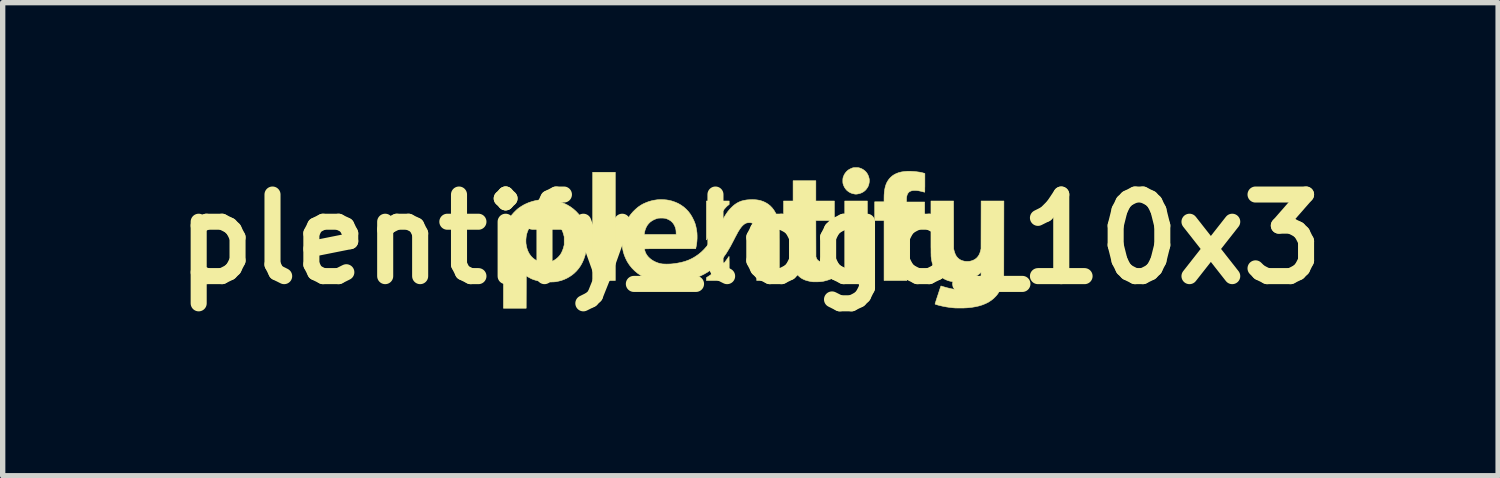
<source format=kicad_pcb>
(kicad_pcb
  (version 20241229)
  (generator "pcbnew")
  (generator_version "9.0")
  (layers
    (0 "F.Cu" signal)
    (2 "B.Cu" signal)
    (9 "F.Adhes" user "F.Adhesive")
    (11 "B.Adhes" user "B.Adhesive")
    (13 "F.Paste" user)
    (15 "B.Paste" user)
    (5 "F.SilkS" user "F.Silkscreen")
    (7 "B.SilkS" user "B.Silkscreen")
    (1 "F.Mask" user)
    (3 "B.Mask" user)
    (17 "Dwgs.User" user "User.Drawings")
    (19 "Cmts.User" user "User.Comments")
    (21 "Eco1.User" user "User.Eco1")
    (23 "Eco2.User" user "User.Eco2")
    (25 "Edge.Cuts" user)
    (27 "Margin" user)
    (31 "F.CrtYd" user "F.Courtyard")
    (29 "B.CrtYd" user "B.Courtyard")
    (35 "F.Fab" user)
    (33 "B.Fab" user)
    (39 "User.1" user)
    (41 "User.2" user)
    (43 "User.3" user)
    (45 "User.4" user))
  (footprint "plentify_logo_10x3"
    (layer "F.Cu")
    (at 10.966 1.418)
    (property "Reference" "plentify_logo_10x3" (at 0 0 0) (layer "F.SilkS") (effects (font (size 1.524 1.524) (thickness 0.3))))
    (attr through_hole)
    (fp_poly (pts (xy -2.524 0.772) (xy -2.946 0.772) (xy -2.946 -1.251) (xy -2.524 -1.251) (xy -2.524 0.772)) (stroke (width 0.01) (type solid)) (fill yes) (layer "F.SilkS"))
    (fp_poly (pts (xy 2.184 0.772) (xy 1.762 0.772) (xy 1.762 -0.714) (xy 2.184 -0.714) (xy 2.184 0.772)) (stroke (width 0.01) (type solid)) (fill yes) (layer "F.SilkS"))
    (fp_poly (pts (xy -0.399 0.324) (xy -0.398 0.333) (xy -0.398 0.347) (xy -0.398 0.366) (xy -0.398 0.39) (xy -0.397 0.417) (xy -0.397 0.447) (xy -0.397 0.481) (xy -0.397 0.517) (xy -0.397 0.546) (xy -0.397 0.772) (xy -0.822 0.772) (xy -0.822 0.718) (xy -0.781 0.691) (xy -0.733 0.659) (xy -0.69 0.628) (xy -0.651 0.597) (xy -0.614 0.567) (xy -0.58 0.536) (xy -0.568 0.525) (xy -0.527 0.483) (xy -0.49 0.443) (xy -0.457 0.401) (xy -0.426 0.358) (xy -0.418 0.345) (xy -0.41 0.335) (xy -0.404 0.326) (xy -0.4 0.321) (xy -0.399 0.321) (xy -0.399 0.324)) (stroke (width 0.01) (type solid)) (fill yes) (layer "F.SilkS"))
    (fp_poly (pts (xy -0.397 -0.649) (xy -0.412 -0.638) (xy -0.439 -0.616) (xy -0.466 -0.588) (xy -0.495 -0.554) (xy -0.524 -0.515) (xy -0.554 -0.47) (xy -0.566 -0.451) (xy -0.577 -0.433) (xy -0.588 -0.413) (xy -0.601 -0.39) (xy -0.614 -0.365) (xy -0.63 -0.336) (xy -0.648 -0.303) (xy -0.667 -0.266) (xy -0.685 -0.231) (xy -0.707 -0.189) (xy -0.728 -0.15) (xy -0.747 -0.115) (xy -0.764 -0.083) (xy -0.779 -0.056) (xy -0.792 -0.032) (xy -0.803 -0.014) (xy -0.811 0.000311) (xy -0.817 0.009) (xy -0.821 0.013) (xy -0.821 0.013) (xy -0.821 0.01) (xy -0.821 0.001) (xy -0.822 -0.014) (xy -0.822 -0.034) (xy -0.822 -0.058) (xy -0.822 -0.087) (xy -0.822 -0.12) (xy -0.822 -0.157) (xy -0.822 -0.196) (xy -0.822 -0.239) (xy -0.822 -0.283) (xy -0.822 -0.33) (xy -0.822 -0.351) (xy -0.822 -0.714) (xy -0.397 -0.714) (xy -0.397 -0.649)) (stroke (width 0.01) (type solid)) (fill yes) (layer "F.SilkS"))
    (fp_poly (pts (xy 1.973 -1.338) (xy 1.992 -1.338) (xy 2.006 -1.337) (xy 2.017 -1.336) (xy 2.027 -1.334) (xy 2.038 -1.331) (xy 2.045 -1.329) (xy 2.083 -1.314) (xy 2.117 -1.293) (xy 2.147 -1.269) (xy 2.172 -1.24) (xy 2.192 -1.207) (xy 2.208 -1.17) (xy 2.218 -1.13) (xy 2.22 -1.118) (xy 2.221 -1.088) (xy 2.218 -1.056) (xy 2.211 -1.023) (xy 2.2 -0.992) (xy 2.192 -0.975) (xy 2.169 -0.941) (xy 2.143 -0.911) (xy 2.113 -0.887) (xy 2.079 -0.868) (xy 2.042 -0.854) (xy 2.001 -0.845) (xy 1.986 -0.843) (xy 1.974 -0.842) (xy 1.962 -0.842) (xy 1.948 -0.844) (xy 1.942 -0.845) (xy 1.902 -0.854) (xy 1.866 -0.868) (xy 1.832 -0.888) (xy 1.802 -0.912) (xy 1.776 -0.941) (xy 1.755 -0.974) (xy 1.738 -1.011) (xy 1.735 -1.022) (xy 1.731 -1.034) (xy 1.728 -1.045) (xy 1.727 -1.056) (xy 1.726 -1.069) (xy 1.726 -1.086) (xy 1.726 -1.092) (xy 1.726 -1.111) (xy 1.727 -1.125) (xy 1.728 -1.136) (xy 1.73 -1.146) (xy 1.733 -1.158) (xy 1.735 -1.162) (xy 1.75 -1.201) (xy 1.771 -1.235) (xy 1.796 -1.265) (xy 1.825 -1.291) (xy 1.859 -1.311) (xy 1.897 -1.328) (xy 1.905 -1.331) (xy 1.916 -1.334) (xy 1.926 -1.336) (xy 1.938 -1.337) (xy 1.952 -1.338) (xy 1.97 -1.338) (xy 1.973 -1.338)) (stroke (width 0.01) (type solid)) (fill yes) (layer "F.SilkS"))
    (fp_poly (pts (xy 3.058 -1.265) (xy 3.089 -1.262) (xy 3.125 -1.257) (xy 3.162 -1.252) (xy 3.196 -1.245) (xy 3.228 -1.237) (xy 3.247 -1.231) (xy 3.258 -1.228) (xy 3.258 -1.052) (xy 3.258 -1.014) (xy 3.258 -0.982) (xy 3.257 -0.955) (xy 3.257 -0.933) (xy 3.257 -0.916) (xy 3.257 -0.903) (xy 3.256 -0.893) (xy 3.256 -0.886) (xy 3.255 -0.881) (xy 3.254 -0.879) (xy 3.253 -0.878) (xy 3.252 -0.878) (xy 3.252 -0.878) (xy 3.242 -0.881) (xy 3.227 -0.885) (xy 3.209 -0.89) (xy 3.189 -0.895) (xy 3.17 -0.899) (xy 3.151 -0.903) (xy 3.135 -0.906) (xy 3.129 -0.907) (xy 3.088 -0.911) (xy 3.051 -0.911) (xy 3.019 -0.907) (xy 2.991 -0.898) (xy 2.968 -0.886) (xy 2.95 -0.869) (xy 2.935 -0.847) (xy 2.925 -0.821) (xy 2.918 -0.79) (xy 2.915 -0.754) (xy 2.915 -0.739) (xy 2.915 -0.695) (xy 3.254 -0.695) (xy 3.254 -0.349) (xy 2.921 -0.349) (xy 2.921 0.772) (xy 2.496 0.772) (xy 2.496 -0.349) (xy 2.321 -0.349) (xy 2.321 -0.699) (xy 2.496 -0.699) (xy 2.496 -0.761) (xy 2.497 -0.823) (xy 2.501 -0.878) (xy 2.508 -0.929) (xy 2.518 -0.976) (xy 2.531 -1.018) (xy 2.547 -1.056) (xy 2.567 -1.091) (xy 2.59 -1.124) (xy 2.616 -1.153) (xy 2.649 -1.182) (xy 2.686 -1.207) (xy 2.726 -1.227) (xy 2.771 -1.244) (xy 2.819 -1.256) (xy 2.872 -1.264) (xy 2.929 -1.269) (xy 2.991 -1.269) (xy 3.058 -1.265)) (stroke (width 0.01) (type solid)) (fill yes) (layer "F.SilkS"))
    (fp_poly (pts (xy 1.222 -0.714) (xy 1.568 -0.714) (xy 1.568 -0.349) (xy 1.222 -0.349) (xy 1.224 0.329) (xy 1.232 0.35) (xy 1.243 0.374) (xy 1.259 0.393) (xy 1.279 0.407) (xy 1.303 0.417) (xy 1.306 0.418) (xy 1.317 0.42) (xy 1.333 0.421) (xy 1.352 0.422) (xy 1.361 0.422) (xy 1.411 0.419) (xy 1.461 0.41) (xy 1.511 0.394) (xy 1.541 0.381) (xy 1.552 0.377) (xy 1.56 0.373) (xy 1.564 0.372) (xy 1.564 0.371) (xy 1.564 0.375) (xy 1.565 0.383) (xy 1.565 0.397) (xy 1.565 0.416) (xy 1.565 0.439) (xy 1.565 0.465) (xy 1.565 0.494) (xy 1.565 0.525) (xy 1.565 0.542) (xy 1.564 0.713) (xy 1.53 0.729) (xy 1.502 0.742) (xy 1.47 0.755) (xy 1.435 0.766) (xy 1.4 0.776) (xy 1.366 0.784) (xy 1.357 0.786) (xy 1.339 0.789) (xy 1.322 0.791) (xy 1.305 0.793) (xy 1.286 0.794) (xy 1.263 0.795) (xy 1.248 0.795) (xy 1.226 0.796) (xy 1.205 0.795) (xy 1.185 0.795) (xy 1.169 0.795) (xy 1.157 0.794) (xy 1.157 0.794) (xy 1.128 0.79) (xy 1.096 0.783) (xy 1.065 0.776) (xy 1.035 0.767) (xy 1.01 0.758) (xy 1.008 0.757) (xy 0.968 0.738) (xy 0.934 0.716) (xy 0.904 0.69) (xy 0.878 0.662) (xy 0.856 0.629) (xy 0.837 0.592) (xy 0.822 0.551) (xy 0.81 0.504) (xy 0.804 0.473) (xy 0.804 0.468) (xy 0.803 0.462) (xy 0.802 0.455) (xy 0.801 0.447) (xy 0.801 0.437) (xy 0.8 0.426) (xy 0.8 0.412) (xy 0.8 0.395) (xy 0.799 0.376) (xy 0.799 0.353) (xy 0.799 0.326) (xy 0.799 0.295) (xy 0.798 0.26) (xy 0.798 0.22) (xy 0.798 0.175) (xy 0.798 0.124) (xy 0.798 0.068) (xy 0.798 0.045) (xy 0.797 -0.349) (xy 0.708 -0.349) (xy 0.619 -0.349) (xy 0.619 -0.714) (xy 0.797 -0.714) (xy 0.797 -1.092) (xy 1.222 -1.092) (xy 1.222 -0.714)) (stroke (width 0.01) (type solid)) (fill yes) (layer "F.SilkS"))
    (fp_poly (pts (xy -3.739 -0.736) (xy -3.672 -0.726) (xy -3.606 -0.712) (xy -3.541 -0.693) (xy -3.479 -0.669) (xy -3.42 -0.64) (xy -3.363 -0.606) (xy -3.31 -0.567) (xy -3.261 -0.524) (xy -3.253 -0.516) (xy -3.211 -0.471) (xy -3.175 -0.424) (xy -3.144 -0.375) (xy -3.118 -0.322) (xy -3.096 -0.267) (xy -3.079 -0.207) (xy -3.065 -0.143) (xy -3.059 -0.097) (xy -3.056 -0.067) (xy -3.054 -0.033) (xy -3.053 0.004) (xy -3.053 0.042) (xy -3.054 0.08) (xy -3.056 0.116) (xy -3.058 0.148) (xy -3.06 0.164) (xy -3.073 0.238) (xy -3.09 0.307) (xy -3.112 0.373) (xy -3.139 0.434) (xy -3.17 0.491) (xy -3.206 0.543) (xy -3.246 0.591) (xy -3.291 0.635) (xy -3.329 0.666) (xy -3.379 0.7) (xy -3.43 0.729) (xy -3.484 0.753) (xy -3.54 0.773) (xy -3.601 0.787) (xy -3.629 0.793) (xy -3.647 0.795) (xy -3.67 0.797) (xy -3.696 0.798) (xy -3.726 0.799) (xy -3.757 0.799) (xy -3.788 0.798) (xy -3.819 0.797) (xy -3.847 0.796) (xy -3.872 0.793) (xy -3.88 0.793) (xy -3.94 0.784) (xy -3.995 0.771) (xy -4.046 0.756) (xy -4.092 0.738) (xy -4.135 0.715) (xy -4.159 0.701) (xy -4.186 0.683) (xy -4.187 0.986) (xy -4.188 1.289) (xy -4.613 1.289) (xy -4.612 0.622) (xy -4.612 0.545) (xy -4.612 0.474) (xy -4.612 0.41) (xy -4.612 0.35) (xy -4.612 0.296) (xy -4.612 0.247) (xy -4.612 0.203) (xy -4.611 0.163) (xy -4.611 0.128) (xy -4.611 0.096) (xy -4.611 0.068) (xy -4.611 0.044) (xy -4.611 0.029) (xy -4.194 0.029) (xy -4.192 0.079) (xy -4.184 0.129) (xy -4.172 0.176) (xy -4.156 0.221) (xy -4.136 0.262) (xy -4.111 0.299) (xy -4.091 0.324) (xy -4.057 0.357) (xy -4.019 0.384) (xy -3.978 0.407) (xy -3.935 0.424) (xy -3.89 0.435) (xy -3.88 0.437) (xy -3.859 0.439) (xy -3.842 0.44) (xy -3.826 0.44) (xy -3.808 0.439) (xy -3.794 0.437) (xy -3.754 0.429) (xy -3.716 0.417) (xy -3.68 0.401) (xy -3.667 0.394) (xy -3.628 0.368) (xy -3.593 0.338) (xy -3.562 0.304) (xy -3.536 0.266) (xy -3.515 0.223) (xy -3.497 0.176) (xy -3.49 0.151) (xy -3.478 0.106) (xy -3.478 -0.046) (xy -3.49 -0.091) (xy -3.506 -0.141) (xy -3.526 -0.186) (xy -3.55 -0.227) (xy -3.579 -0.263) (xy -3.612 -0.295) (xy -3.615 -0.298) (xy -3.654 -0.327) (xy -3.695 -0.349) (xy -3.739 -0.366) (xy -3.784 -0.376) (xy -3.801 -0.378) (xy -3.845 -0.38) (xy -3.889 -0.376) (xy -3.932 -0.366) (xy -3.974 -0.349) (xy -4.015 -0.328) (xy -4.053 -0.301) (xy -4.058 -0.297) (xy -4.09 -0.266) (xy -4.119 -0.23) (xy -4.143 -0.19) (xy -4.163 -0.146) (xy -4.178 -0.099) (xy -4.188 -0.05) (xy -4.193 0.002) (xy -4.194 0.029) (xy -4.611 0.029) (xy -4.61 0.022) (xy -4.61 0.004) (xy -4.61 -0.012) (xy -4.61 -0.026) (xy -4.609 -0.038) (xy -4.609 -0.048) (xy -4.608 -0.056) (xy -4.608 -0.063) (xy -4.607 -0.069) (xy -4.607 -0.075) (xy -4.606 -0.08) (xy -4.605 -0.085) (xy -4.605 -0.089) (xy -4.591 -0.159) (xy -4.574 -0.225) (xy -4.553 -0.287) (xy -4.527 -0.344) (xy -4.496 -0.398) (xy -4.461 -0.449) (xy -4.42 -0.496) (xy -4.374 -0.542) (xy -4.342 -0.57) (xy -4.325 -0.583) (xy -4.303 -0.598) (xy -4.279 -0.614) (xy -4.254 -0.629) (xy -4.23 -0.643) (xy -4.207 -0.655) (xy -4.206 -0.655) (xy -4.143 -0.683) (xy -4.077 -0.705) (xy -4.011 -0.722) (xy -3.943 -0.733) (xy -3.875 -0.739) (xy -3.807 -0.74) (xy -3.739 -0.736)) (stroke (width 0.01) (type solid)) (fill yes) (layer "F.SilkS"))
    (fp_poly (pts (xy 3.795 -0.267) (xy 3.796 0.179) (xy 3.804 0.214) (xy 3.817 0.256) (xy 3.832 0.293) (xy 3.851 0.324) (xy 3.874 0.35) (xy 3.9 0.372) (xy 3.93 0.39) (xy 3.965 0.403) (xy 3.974 0.405) (xy 3.989 0.409) (xy 4.002 0.412) (xy 4.015 0.413) (xy 4.031 0.414) (xy 4.048 0.414) (xy 4.068 0.414) (xy 4.083 0.413) (xy 4.096 0.412) (xy 4.109 0.409) (xy 4.123 0.406) (xy 4.16 0.393) (xy 4.193 0.376) (xy 4.222 0.354) (xy 4.246 0.328) (xy 4.267 0.298) (xy 4.284 0.262) (xy 4.297 0.221) (xy 4.299 0.211) (xy 4.307 0.179) (xy 4.308 -0.267) (xy 4.309 -0.714) (xy 4.734 -0.714) (xy 4.733 -0.012) (xy 4.732 0.691) (xy 4.725 0.736) (xy 4.713 0.798) (xy 4.699 0.855) (xy 4.68 0.907) (xy 4.658 0.955) (xy 4.633 1) (xy 4.603 1.042) (xy 4.579 1.069) (xy 4.54 1.108) (xy 4.495 1.143) (xy 4.446 1.175) (xy 4.392 1.202) (xy 4.333 1.226) (xy 4.269 1.246) (xy 4.201 1.261) (xy 4.128 1.273) (xy 4.051 1.281) (xy 3.97 1.285) (xy 3.918 1.285) (xy 3.896 1.285) (xy 3.874 1.285) (xy 3.855 1.284) (xy 3.839 1.284) (xy 3.828 1.284) (xy 3.824 1.284) (xy 3.803 1.282) (xy 3.777 1.28) (xy 3.747 1.276) (xy 3.717 1.273) (xy 3.686 1.268) (xy 3.658 1.264) (xy 3.632 1.259) (xy 3.627 1.258) (xy 3.6 1.253) (xy 3.573 1.247) (xy 3.547 1.241) (xy 3.522 1.235) (xy 3.5 1.229) (xy 3.481 1.223) (xy 3.465 1.218) (xy 3.454 1.214) (xy 3.449 1.21) (xy 3.448 1.209) (xy 3.449 1.206) (xy 3.452 1.197) (xy 3.456 1.183) (xy 3.462 1.166) (xy 3.468 1.145) (xy 3.476 1.122) (xy 3.484 1.096) (xy 3.493 1.069) (xy 3.502 1.042) (xy 3.511 1.014) (xy 3.52 0.987) (xy 3.528 0.962) (xy 3.536 0.938) (xy 3.543 0.917) (xy 3.549 0.9) (xy 3.554 0.886) (xy 3.557 0.877) (xy 3.558 0.874) (xy 3.558 0.874) (xy 3.561 0.874) (xy 3.569 0.876) (xy 3.581 0.88) (xy 3.596 0.885) (xy 3.603 0.887) (xy 3.677 0.908) (xy 3.754 0.926) (xy 3.831 0.938) (xy 3.847 0.94) (xy 3.866 0.942) (xy 3.89 0.943) (xy 3.916 0.944) (xy 3.944 0.944) (xy 3.97 0.943) (xy 3.995 0.943) (xy 4.015 0.941) (xy 4.023 0.94) (xy 4.073 0.931) (xy 4.118 0.918) (xy 4.159 0.901) (xy 4.195 0.88) (xy 4.226 0.855) (xy 4.252 0.825) (xy 4.273 0.792) (xy 4.29 0.754) (xy 4.301 0.713) (xy 4.302 0.71) (xy 4.305 0.689) (xy 4.307 0.668) (xy 4.308 0.649) (xy 4.308 0.646) (xy 4.308 0.617) (xy 4.293 0.632) (xy 4.262 0.659) (xy 4.224 0.685) (xy 4.183 0.71) (xy 4.138 0.732) (xy 4.092 0.752) (xy 4.044 0.769) (xy 3.996 0.783) (xy 3.948 0.793) (xy 3.903 0.798) (xy 3.891 0.799) (xy 3.849 0.799) (xy 3.805 0.796) (xy 3.761 0.79) (xy 3.719 0.781) (xy 3.691 0.773) (xy 3.648 0.756) (xy 3.607 0.735) (xy 3.568 0.709) (xy 3.532 0.681) (xy 3.502 0.65) (xy 3.493 0.64) (xy 3.462 0.597) (xy 3.435 0.552) (xy 3.414 0.503) (xy 3.397 0.45) (xy 3.384 0.393) (xy 3.377 0.342) (xy 3.376 0.335) (xy 3.375 0.328) (xy 3.375 0.318) (xy 3.374 0.307) (xy 3.374 0.294) (xy 3.374 0.278) (xy 3.373 0.259) (xy 3.373 0.237) (xy 3.373 0.212) (xy 3.373 0.183) (xy 3.372 0.15) (xy 3.372 0.113) (xy 3.372 0.071) (xy 3.372 0.024) (xy 3.372 -0.028) (xy 3.372 -0.085) (xy 3.372 -0.149) (xy 3.372 -0.207) (xy 3.372 -0.714) (xy 3.794 -0.714) (xy 3.795 -0.267)) (stroke (width 0.01) (type solid)) (fill yes) (layer "F.SilkS"))
    (fp_poly (pts (xy 0.083 -0.738) (xy 0.125 -0.734) (xy 0.165 -0.727) (xy 0.187 -0.722) (xy 0.238 -0.705) (xy 0.285 -0.683) (xy 0.329 -0.656) (xy 0.369 -0.624) (xy 0.405 -0.587) (xy 0.437 -0.545) (xy 0.465 -0.499) (xy 0.489 -0.449) (xy 0.509 -0.395) (xy 0.523 -0.34) (xy 0.525 -0.33) (xy 0.527 -0.32) (xy 0.529 -0.311) (xy 0.53 -0.301) (xy 0.532 -0.291) (xy 0.533 -0.281) (xy 0.534 -0.269) (xy 0.535 -0.256) (xy 0.536 -0.242) (xy 0.537 -0.225) (xy 0.537 -0.206) (xy 0.538 -0.184) (xy 0.538 -0.159) (xy 0.539 -0.131) (xy 0.539 -0.099) (xy 0.539 -0.064) (xy 0.539 -0.024) (xy 0.54 0.021) (xy 0.54 0.07) (xy 0.54 0.125) (xy 0.54 0.185) (xy 0.54 0.252) (xy 0.54 0.277) (xy 0.54 0.772) (xy 0.118 0.772) (xy 0.117 0.314) (xy 0.116 0.249) (xy 0.116 0.191) (xy 0.116 0.139) (xy 0.116 0.092) (xy 0.116 0.05) (xy 0.115 0.013) (xy 0.115 -0.02) (xy 0.115 -0.049) (xy 0.115 -0.074) (xy 0.114 -0.096) (xy 0.114 -0.115) (xy 0.113 -0.131) (xy 0.112 -0.145) (xy 0.111 -0.156) (xy 0.11 -0.166) (xy 0.109 -0.175) (xy 0.108 -0.182) (xy 0.107 -0.189) (xy 0.105 -0.196) (xy 0.104 -0.202) (xy 0.102 -0.209) (xy 0.1 -0.214) (xy 0.089 -0.242) (xy 0.074 -0.265) (xy 0.055 -0.285) (xy 0.033 -0.299) (xy 0.031 -0.301) (xy 0.021 -0.305) (xy 0.012 -0.307) (xy 0.003 -0.309) (xy -0.009 -0.309) (xy -0.022 -0.309) (xy -0.046 -0.308) (xy -0.067 -0.305) (xy -0.086 -0.298) (xy -0.106 -0.287) (xy -0.115 -0.281) (xy -0.137 -0.263) (xy -0.158 -0.242) (xy -0.18 -0.215) (xy -0.198 -0.189) (xy -0.207 -0.176) (xy -0.214 -0.164) (xy -0.222 -0.151) (xy -0.23 -0.139) (xy -0.238 -0.125) (xy -0.246 -0.109) (xy -0.256 -0.09) (xy -0.268 -0.068) (xy -0.282 -0.042) (xy -0.298 -0.011) (xy -0.305 0.003) (xy -0.331 0.053) (xy -0.355 0.099) (xy -0.377 0.14) (xy -0.399 0.177) (xy -0.419 0.211) (xy -0.438 0.242) (xy -0.457 0.272) (xy -0.477 0.3) (xy -0.497 0.328) (xy -0.5 0.332) (xy -0.545 0.388) (xy -0.593 0.442) (xy -0.644 0.493) (xy -0.697 0.54) (xy -0.727 0.563) (xy -0.792 0.609) (xy -0.86 0.649) (xy -0.932 0.685) (xy -1.008 0.716) (xy -1.089 0.742) (xy -1.173 0.764) (xy -1.262 0.782) (xy -1.355 0.795) (xy -1.394 0.799) (xy -1.409 0.8) (xy -1.43 0.801) (xy -1.453 0.802) (xy -1.479 0.803) (xy -1.506 0.804) (xy -1.533 0.805) (xy -1.56 0.805) (xy -1.585 0.805) (xy -1.607 0.805) (xy -1.625 0.805) (xy -1.638 0.805) (xy -1.641 0.805) (xy -1.719 0.795) (xy -1.793 0.781) (xy -1.864 0.761) (xy -1.931 0.736) (xy -1.995 0.707) (xy -2.055 0.672) (xy -2.111 0.633) (xy -2.163 0.589) (xy -2.211 0.541) (xy -2.254 0.488) (xy -2.266 0.471) (xy -2.301 0.417) (xy -2.33 0.359) (xy -2.355 0.299) (xy -2.375 0.235) (xy -2.389 0.167) (xy -2.394 0.133) (xy -2.397 0.11) (xy -2.398 0.081) (xy -2.399 0.05) (xy -2.398 0.016) (xy -2.396 -0.018) (xy -2.394 -0.051) (xy -2.391 -0.081) (xy -2.39 -0.089) (xy -1.983 -0.089) (xy -1.387 -0.089) (xy -1.388 -0.133) (xy -1.39 -0.163) (xy -1.394 -0.19) (xy -1.401 -0.214) (xy -1.41 -0.238) (xy -1.418 -0.256) (xy -1.437 -0.289) (xy -1.46 -0.317) (xy -1.488 -0.342) (xy -1.52 -0.362) (xy -1.532 -0.368) (xy -1.552 -0.377) (xy -1.569 -0.384) (xy -1.585 -0.389) (xy -1.602 -0.392) (xy -1.621 -0.394) (xy -1.643 -0.395) (xy -1.664 -0.395) (xy -1.684 -0.395) (xy -1.7 -0.394) (xy -1.713 -0.394) (xy -1.723 -0.392) (xy -1.732 -0.391) (xy -1.742 -0.388) (xy -1.748 -0.386) (xy -1.793 -0.369) (xy -1.833 -0.348) (xy -1.869 -0.323) (xy -1.9 -0.293) (xy -1.927 -0.259) (xy -1.948 -0.221) (xy -1.965 -0.179) (xy -1.977 -0.133) (xy -1.982 -0.099) (xy -1.983 -0.089) (xy -2.39 -0.089) (xy -2.382 -0.134) (xy -2.371 -0.18) (xy -2.358 -0.227) (xy -2.343 -0.271) (xy -2.327 -0.313) (xy -2.309 -0.35) (xy -2.304 -0.359) (xy -2.272 -0.413) (xy -2.234 -0.465) (xy -2.192 -0.514) (xy -2.146 -0.559) (xy -2.098 -0.6) (xy -2.05 -0.633) (xy -2.007 -0.658) (xy -1.958 -0.68) (xy -1.907 -0.7) (xy -1.853 -0.716) (xy -1.799 -0.728) (xy -1.745 -0.736) (xy -1.737 -0.737) (xy -1.706 -0.739) (xy -1.672 -0.74) (xy -1.635 -0.739) (xy -1.599 -0.737) (xy -1.565 -0.734) (xy -1.535 -0.729) (xy -1.532 -0.729) (xy -1.468 -0.714) (xy -1.407 -0.693) (xy -1.349 -0.668) (xy -1.296 -0.637) (xy -1.245 -0.601) (xy -1.199 -0.56) (xy -1.157 -0.515) (xy -1.119 -0.464) (xy -1.086 -0.409) (xy -1.057 -0.35) (xy -1.055 -0.346) (xy -1.033 -0.29) (xy -1.017 -0.231) (xy -1.005 -0.168) (xy -0.998 -0.116) (xy -0.996 -0.068) (xy -0.996 -0.017) (xy -0.999 0.036) (xy -1.005 0.089) (xy -1.014 0.139) (xy -1.021 0.17) (xy -1.023 0.178) (xy -1.501 0.178) (xy -1.565 0.178) (xy -1.624 0.178) (xy -1.677 0.178) (xy -1.724 0.178) (xy -1.767 0.178) (xy -1.804 0.178) (xy -1.837 0.178) (xy -1.865 0.178) (xy -1.89 0.178) (xy -1.91 0.179) (xy -1.928 0.179) (xy -1.942 0.179) (xy -1.953 0.18) (xy -1.962 0.18) (xy -1.969 0.18) (xy -1.973 0.181) (xy -1.976 0.181) (xy -1.978 0.182) (xy -1.978 0.183) (xy -1.977 0.193) (xy -1.974 0.208) (xy -1.969 0.224) (xy -1.963 0.241) (xy -1.957 0.257) (xy -1.956 0.259) (xy -1.936 0.294) (xy -1.911 0.326) (xy -1.881 0.356) (xy -1.847 0.383) (xy -1.808 0.407) (xy -1.766 0.428) (xy -1.721 0.445) (xy -1.674 0.457) (xy -1.662 0.459) (xy -1.643 0.462) (xy -1.62 0.463) (xy -1.592 0.464) (xy -1.561 0.465) (xy -1.529 0.464) (xy -1.497 0.463) (xy -1.466 0.461) (xy -1.447 0.459) (xy -1.367 0.448) (xy -1.292 0.433) (xy -1.221 0.414) (xy -1.153 0.389) (xy -1.089 0.359) (xy -1.029 0.324) (xy -0.971 0.284) (xy -0.916 0.239) (xy -0.864 0.188) (xy -0.814 0.131) (xy -0.766 0.068) (xy -0.725 0.008) (xy -0.713 -0.011) (xy -0.702 -0.029) (xy -0.691 -0.047) (xy -0.68 -0.066) (xy -0.669 -0.085) (xy -0.657 -0.107) (xy -0.643 -0.131) (xy -0.628 -0.158) (xy -0.612 -0.19) (xy -0.592 -0.226) (xy -0.584 -0.241) (xy -0.558 -0.291) (xy -0.534 -0.334) (xy -0.512 -0.374) (xy -0.492 -0.409) (xy -0.473 -0.44) (xy -0.455 -0.468) (xy -0.438 -0.493) (xy -0.422 -0.516) (xy -0.405 -0.537) (xy -0.388 -0.557) (xy -0.371 -0.576) (xy -0.364 -0.583) (xy -0.327 -0.619) (xy -0.29 -0.649) (xy -0.251 -0.675) (xy -0.21 -0.696) (xy -0.167 -0.713) (xy -0.12 -0.725) (xy -0.07 -0.734) (xy -0.015 -0.738) (xy 0.037 -0.74) (xy 0.083 -0.738)) (stroke (width 0.01) (type solid)) (fill yes) (layer "F.SilkS")))
  (gr_rect
    (start -3 -3)
    (end 24.931 5.836)
    (stroke (width 0.1) (type default))
    (fill no)
    (layer "Edge.Cuts")))
</source>
